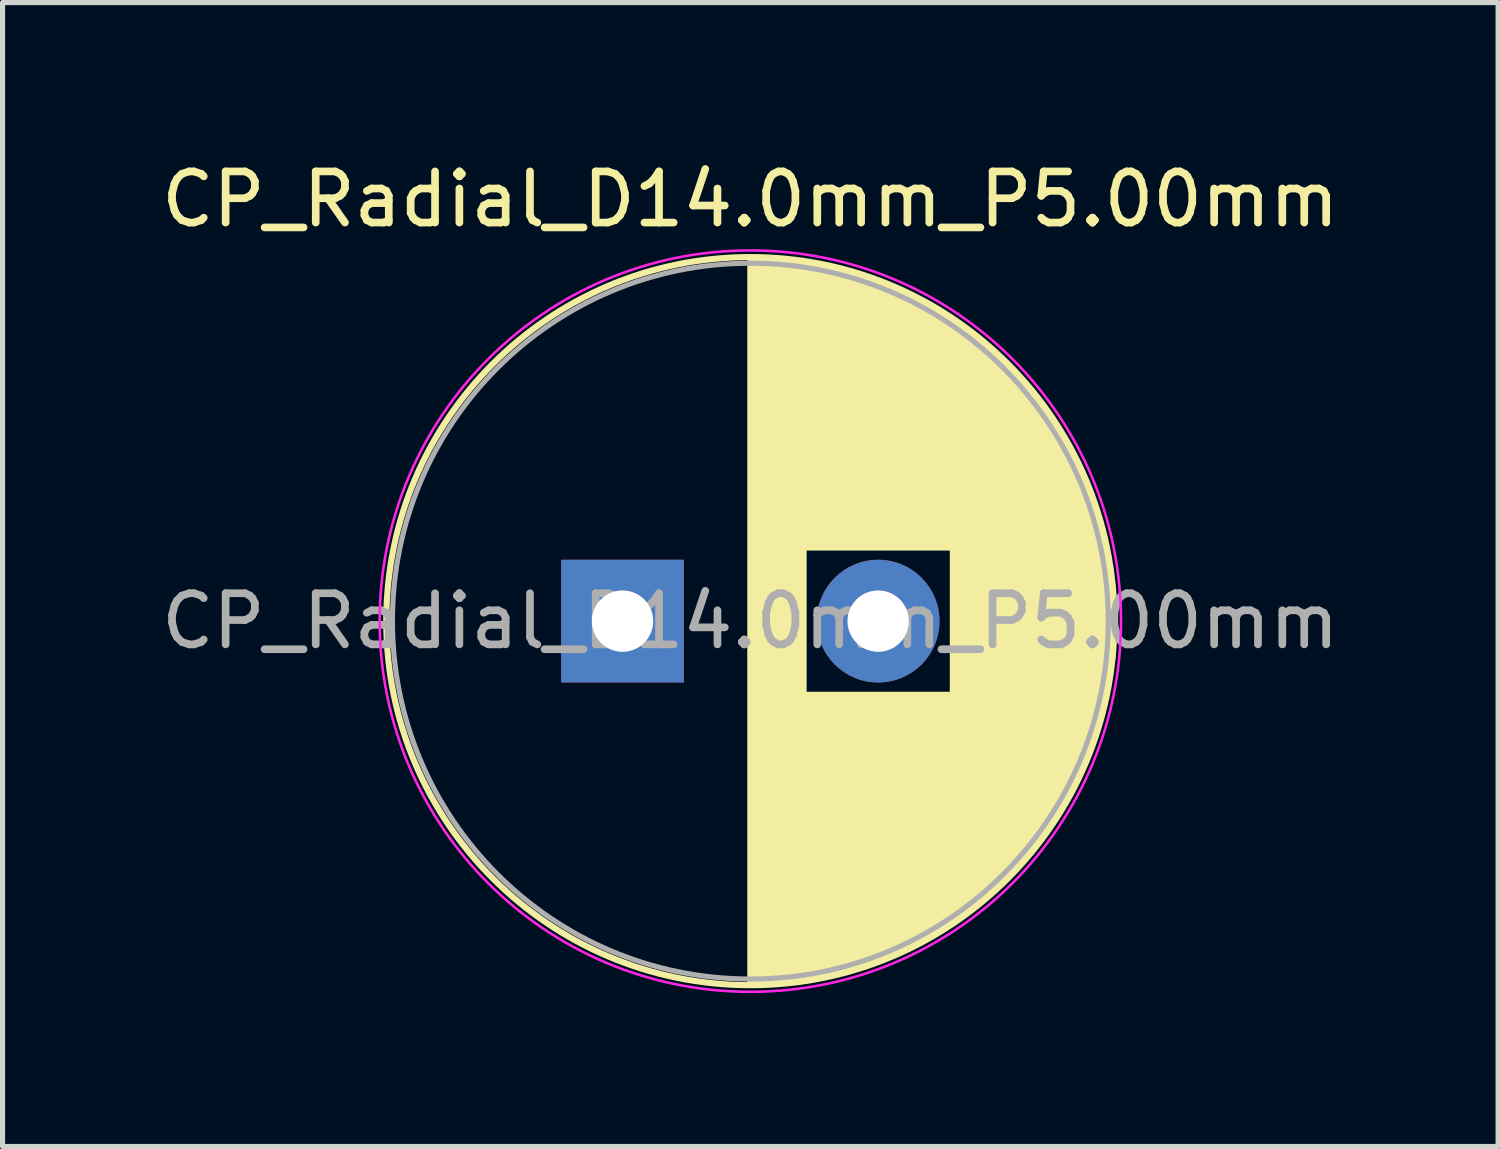
<source format=kicad_pcb>
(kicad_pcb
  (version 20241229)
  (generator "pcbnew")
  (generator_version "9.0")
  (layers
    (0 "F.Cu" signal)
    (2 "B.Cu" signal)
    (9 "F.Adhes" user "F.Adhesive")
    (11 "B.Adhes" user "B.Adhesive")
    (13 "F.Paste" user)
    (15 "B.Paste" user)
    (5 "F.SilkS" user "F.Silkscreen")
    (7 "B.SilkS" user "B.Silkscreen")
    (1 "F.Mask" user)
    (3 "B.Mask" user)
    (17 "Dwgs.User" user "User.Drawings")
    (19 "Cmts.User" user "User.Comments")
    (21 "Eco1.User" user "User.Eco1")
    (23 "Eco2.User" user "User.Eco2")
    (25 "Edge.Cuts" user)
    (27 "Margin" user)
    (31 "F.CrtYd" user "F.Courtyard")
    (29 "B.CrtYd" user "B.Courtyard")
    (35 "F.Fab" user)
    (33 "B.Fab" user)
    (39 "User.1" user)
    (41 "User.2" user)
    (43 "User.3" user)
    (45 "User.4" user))
  (footprint "CP_Radial_D14.0mm_P5.00mm"
    (layer "F.Cu")
    (at 9.125 9.098)
    (property "Reference" "CP_Radial_D14.0mm_P5.00mm" (at 2.5 -8.25 0) (layer "F.SilkS") (effects (font (size 1 1) (thickness 0.15))))
    (attr through_hole)
    (fp_line (start 2.5 -7.08) (end 2.5 7.08) (stroke (width 0.12) (type solid)) (layer "F.SilkS"))
    (fp_line (start 2.54 -7.08) (end 2.54 7.08) (stroke (width 0.12) (type solid)) (layer "F.SilkS"))
    (fp_line (start 2.58 -7.08) (end 2.58 7.08) (stroke (width 0.12) (type solid)) (layer "F.SilkS"))
    (fp_line (start 2.62 -7.079) (end 2.62 7.079) (stroke (width 0.12) (type solid)) (layer "F.SilkS"))
    (fp_line (start 2.66 -7.079) (end 2.66 7.079) (stroke (width 0.12) (type solid)) (layer "F.SilkS"))
    (fp_line (start 2.7 -7.078) (end 2.7 7.078) (stroke (width 0.12) (type solid)) (layer "F.SilkS"))
    (fp_line (start 2.74 -7.076) (end 2.74 7.076) (stroke (width 0.12) (type solid)) (layer "F.SilkS"))
    (fp_line (start 2.78 -7.075) (end 2.78 7.075) (stroke (width 0.12) (type solid)) (layer "F.SilkS"))
    (fp_line (start 2.82 -7.073) (end 2.82 7.073) (stroke (width 0.12) (type solid)) (layer "F.SilkS"))
    (fp_line (start 2.86 -7.071) (end 2.86 7.071) (stroke (width 0.12) (type solid)) (layer "F.SilkS"))
    (fp_line (start 2.9 -7.069) (end 2.9 7.069) (stroke (width 0.12) (type solid)) (layer "F.SilkS"))
    (fp_line (start 2.94 -7.067) (end 2.94 7.067) (stroke (width 0.12) (type solid)) (layer "F.SilkS"))
    (fp_line (start 2.98 -7.064) (end 2.98 7.064) (stroke (width 0.12) (type solid)) (layer "F.SilkS"))
    (fp_line (start 3.02 -7.061) (end 3.02 7.061) (stroke (width 0.12) (type solid)) (layer "F.SilkS"))
    (fp_line (start 3.06 -7.058) (end 3.06 7.058) (stroke (width 0.12) (type solid)) (layer "F.SilkS"))
    (fp_line (start 3.1 -7.055) (end 3.1 7.055) (stroke (width 0.12) (type solid)) (layer "F.SilkS"))
    (fp_line (start 3.14 -7.052) (end 3.14 7.052) (stroke (width 0.12) (type solid)) (layer "F.SilkS"))
    (fp_line (start 3.18 -7.048) (end 3.18 7.048) (stroke (width 0.12) (type solid)) (layer "F.SilkS"))
    (fp_line (start 3.221 -7.044) (end 3.221 7.044) (stroke (width 0.12) (type solid)) (layer "F.SilkS"))
    (fp_line (start 3.261 -7.04) (end 3.261 7.04) (stroke (width 0.12) (type solid)) (layer "F.SilkS"))
    (fp_line (start 3.301 -7.035) (end 3.301 7.035) (stroke (width 0.12) (type solid)) (layer "F.SilkS"))
    (fp_line (start 3.341 -7.031) (end 3.341 7.031) (stroke (width 0.12) (type solid)) (layer "F.SilkS"))
    (fp_line (start 3.381 -7.026) (end 3.381 7.026) (stroke (width 0.12) (type solid)) (layer "F.SilkS"))
    (fp_line (start 3.421 -7.021) (end 3.421 7.021) (stroke (width 0.12) (type solid)) (layer "F.SilkS"))
    (fp_line (start 3.461 -7.015) (end 3.461 7.015) (stroke (width 0.12) (type solid)) (layer "F.SilkS"))
    (fp_line (start 3.501 -7.01) (end 3.501 7.01) (stroke (width 0.12) (type solid)) (layer "F.SilkS"))
    (fp_line (start 3.541 -7.004) (end 3.541 7.004) (stroke (width 0.12) (type solid)) (layer "F.SilkS"))
    (fp_line (start 3.581 -6.998) (end 3.581 -1.44) (stroke (width 0.12) (type solid)) (layer "F.SilkS"))
    (fp_line (start 3.581 1.44) (end 3.581 6.998) (stroke (width 0.12) (type solid)) (layer "F.SilkS"))
    (fp_line (start 3.621 -6.992) (end 3.621 -1.44) (stroke (width 0.12) (type solid)) (layer "F.SilkS"))
    (fp_line (start 3.621 1.44) (end 3.621 6.992) (stroke (width 0.12) (type solid)) (layer "F.SilkS"))
    (fp_line (start 3.661 -6.985) (end 3.661 -1.44) (stroke (width 0.12) (type solid)) (layer "F.SilkS"))
    (fp_line (start 3.661 1.44) (end 3.661 6.985) (stroke (width 0.12) (type solid)) (layer "F.SilkS"))
    (fp_line (start 3.701 -6.979) (end 3.701 -1.44) (stroke (width 0.12) (type solid)) (layer "F.SilkS"))
    (fp_line (start 3.701 1.44) (end 3.701 6.979) (stroke (width 0.12) (type solid)) (layer "F.SilkS"))
    (fp_line (start 3.741 -6.972) (end 3.741 -1.44) (stroke (width 0.12) (type solid)) (layer "F.SilkS"))
    (fp_line (start 3.741 1.44) (end 3.741 6.972) (stroke (width 0.12) (type solid)) (layer "F.SilkS"))
    (fp_line (start 3.781 -6.964) (end 3.781 -1.44) (stroke (width 0.12) (type solid)) (layer "F.SilkS"))
    (fp_line (start 3.781 1.44) (end 3.781 6.964) (stroke (width 0.12) (type solid)) (layer "F.SilkS"))
    (fp_line (start 3.821 -6.957) (end 3.821 -1.44) (stroke (width 0.12) (type solid)) (layer "F.SilkS"))
    (fp_line (start 3.821 1.44) (end 3.821 6.957) (stroke (width 0.12) (type solid)) (layer "F.SilkS"))
    (fp_line (start 3.861 -6.949) (end 3.861 -1.44) (stroke (width 0.12) (type solid)) (layer "F.SilkS"))
    (fp_line (start 3.861 1.44) (end 3.861 6.949) (stroke (width 0.12) (type solid)) (layer "F.SilkS"))
    (fp_line (start 3.901 -6.942) (end 3.901 -1.44) (stroke (width 0.12) (type solid)) (layer "F.SilkS"))
    (fp_line (start 3.901 1.44) (end 3.901 6.942) (stroke (width 0.12) (type solid)) (layer "F.SilkS"))
    (fp_line (start 3.941 -6.933) (end 3.941 -1.44) (stroke (width 0.12) (type solid)) (layer "F.SilkS"))
    (fp_line (start 3.941 1.44) (end 3.941 6.933) (stroke (width 0.12) (type solid)) (layer "F.SilkS"))
    (fp_line (start 3.981 -6.925) (end 3.981 -1.44) (stroke (width 0.12) (type solid)) (layer "F.SilkS"))
    (fp_line (start 3.981 1.44) (end 3.981 6.925) (stroke (width 0.12) (type solid)) (layer "F.SilkS"))
    (fp_line (start 4.021 -6.916) (end 4.021 -1.44) (stroke (width 0.12) (type solid)) (layer "F.SilkS"))
    (fp_line (start 4.021 1.44) (end 4.021 6.916) (stroke (width 0.12) (type solid)) (layer "F.SilkS"))
    (fp_line (start 4.061 -6.907) (end 4.061 -1.44) (stroke (width 0.12) (type solid)) (layer "F.SilkS"))
    (fp_line (start 4.061 1.44) (end 4.061 6.907) (stroke (width 0.12) (type solid)) (layer "F.SilkS"))
    (fp_line (start 4.101 -6.898) (end 4.101 -1.44) (stroke (width 0.12) (type solid)) (layer "F.SilkS"))
    (fp_line (start 4.101 1.44) (end 4.101 6.898) (stroke (width 0.12) (type solid)) (layer "F.SilkS"))
    (fp_line (start 4.141 -6.889) (end 4.141 -1.44) (stroke (width 0.12) (type solid)) (layer "F.SilkS"))
    (fp_line (start 4.141 1.44) (end 4.141 6.889) (stroke (width 0.12) (type solid)) (layer "F.SilkS"))
    (fp_line (start 4.181 -6.879) (end 4.181 -1.44) (stroke (width 0.12) (type solid)) (layer "F.SilkS"))
    (fp_line (start 4.181 1.44) (end 4.181 6.879) (stroke (width 0.12) (type solid)) (layer "F.SilkS"))
    (fp_line (start 4.221 -6.87) (end 4.221 -1.44) (stroke (width 0.12) (type solid)) (layer "F.SilkS"))
    (fp_line (start 4.221 1.44) (end 4.221 6.87) (stroke (width 0.12) (type solid)) (layer "F.SilkS"))
    (fp_line (start 4.261 -6.86) (end 4.261 -1.44) (stroke (width 0.12) (type solid)) (layer "F.SilkS"))
    (fp_line (start 4.261 1.44) (end 4.261 6.86) (stroke (width 0.12) (type solid)) (layer "F.SilkS"))
    (fp_line (start 4.301 -6.849) (end 4.301 -1.44) (stroke (width 0.12) (type solid)) (layer "F.SilkS"))
    (fp_line (start 4.301 1.44) (end 4.301 6.849) (stroke (width 0.12) (type solid)) (layer "F.SilkS"))
    (fp_line (start 4.341 -6.839) (end 4.341 -1.44) (stroke (width 0.12) (type solid)) (layer "F.SilkS"))
    (fp_line (start 4.341 1.44) (end 4.341 6.839) (stroke (width 0.12) (type solid)) (layer "F.SilkS"))
    (fp_line (start 4.381 -6.828) (end 4.381 -1.44) (stroke (width 0.12) (type solid)) (layer "F.SilkS"))
    (fp_line (start 4.381 1.44) (end 4.381 6.828) (stroke (width 0.12) (type solid)) (layer "F.SilkS"))
    (fp_line (start 4.421 -6.817) (end 4.421 -1.44) (stroke (width 0.12) (type solid)) (layer "F.SilkS"))
    (fp_line (start 4.421 1.44) (end 4.421 6.817) (stroke (width 0.12) (type solid)) (layer "F.SilkS"))
    (fp_line (start 4.461 -6.805) (end 4.461 -1.44) (stroke (width 0.12) (type solid)) (layer "F.SilkS"))
    (fp_line (start 4.461 1.44) (end 4.461 6.805) (stroke (width 0.12) (type solid)) (layer "F.SilkS"))
    (fp_line (start 4.501 -6.794) (end 4.501 -1.44) (stroke (width 0.12) (type solid)) (layer "F.SilkS"))
    (fp_line (start 4.501 1.44) (end 4.501 6.794) (stroke (width 0.12) (type solid)) (layer "F.SilkS"))
    (fp_line (start 4.541 -6.782) (end 4.541 -1.44) (stroke (width 0.12) (type solid)) (layer "F.SilkS"))
    (fp_line (start 4.541 1.44) (end 4.541 6.782) (stroke (width 0.12) (type solid)) (layer "F.SilkS"))
    (fp_line (start 4.581 -6.77) (end 4.581 -1.44) (stroke (width 0.12) (type solid)) (layer "F.SilkS"))
    (fp_line (start 4.581 1.44) (end 4.581 6.77) (stroke (width 0.12) (type solid)) (layer "F.SilkS"))
    (fp_line (start 4.621 -6.758) (end 4.621 -1.44) (stroke (width 0.12) (type solid)) (layer "F.SilkS"))
    (fp_line (start 4.621 1.44) (end 4.621 6.758) (stroke (width 0.12) (type solid)) (layer "F.SilkS"))
    (fp_line (start 4.661 -6.745) (end 4.661 -1.44) (stroke (width 0.12) (type solid)) (layer "F.SilkS"))
    (fp_line (start 4.661 1.44) (end 4.661 6.745) (stroke (width 0.12) (type solid)) (layer "F.SilkS"))
    (fp_line (start 4.701 -6.732) (end 4.701 -1.44) (stroke (width 0.12) (type solid)) (layer "F.SilkS"))
    (fp_line (start 4.701 1.44) (end 4.701 6.732) (stroke (width 0.12) (type solid)) (layer "F.SilkS"))
    (fp_line (start 4.741 -6.719) (end 4.741 -1.44) (stroke (width 0.12) (type solid)) (layer "F.SilkS"))
    (fp_line (start 4.741 1.44) (end 4.741 6.719) (stroke (width 0.12) (type solid)) (layer "F.SilkS"))
    (fp_line (start 4.781 -6.706) (end 4.781 -1.44) (stroke (width 0.12) (type solid)) (layer "F.SilkS"))
    (fp_line (start 4.781 1.44) (end 4.781 6.706) (stroke (width 0.12) (type solid)) (layer "F.SilkS"))
    (fp_line (start 4.821 -6.692) (end 4.821 -1.44) (stroke (width 0.12) (type solid)) (layer "F.SilkS"))
    (fp_line (start 4.821 1.44) (end 4.821 6.692) (stroke (width 0.12) (type solid)) (layer "F.SilkS"))
    (fp_line (start 4.861 -6.678) (end 4.861 -1.44) (stroke (width 0.12) (type solid)) (layer "F.SilkS"))
    (fp_line (start 4.861 1.44) (end 4.861 6.678) (stroke (width 0.12) (type solid)) (layer "F.SilkS"))
    (fp_line (start 4.901 -6.664) (end 4.901 -1.44) (stroke (width 0.12) (type solid)) (layer "F.SilkS"))
    (fp_line (start 4.901 1.44) (end 4.901 6.664) (stroke (width 0.12) (type solid)) (layer "F.SilkS"))
    (fp_line (start 4.941 -6.649) (end 4.941 -1.44) (stroke (width 0.12) (type solid)) (layer "F.SilkS"))
    (fp_line (start 4.941 1.44) (end 4.941 6.649) (stroke (width 0.12) (type solid)) (layer "F.SilkS"))
    (fp_line (start 4.981 -6.635) (end 4.981 -1.44) (stroke (width 0.12) (type solid)) (layer "F.SilkS"))
    (fp_line (start 4.981 1.44) (end 4.981 6.635) (stroke (width 0.12) (type solid)) (layer "F.SilkS"))
    (fp_line (start 5.021 -6.62) (end 5.021 -1.44) (stroke (width 0.12) (type solid)) (layer "F.SilkS"))
    (fp_line (start 5.021 1.44) (end 5.021 6.62) (stroke (width 0.12) (type solid)) (layer "F.SilkS"))
    (fp_line (start 5.061 -6.604) (end 5.061 -1.44) (stroke (width 0.12) (type solid)) (layer "F.SilkS"))
    (fp_line (start 5.061 1.44) (end 5.061 6.604) (stroke (width 0.12) (type solid)) (layer "F.SilkS"))
    (fp_line (start 5.101 -6.589) (end 5.101 -1.44) (stroke (width 0.12) (type solid)) (layer "F.SilkS"))
    (fp_line (start 5.101 1.44) (end 5.101 6.589) (stroke (width 0.12) (type solid)) (layer "F.SilkS"))
    (fp_line (start 5.141 -6.573) (end 5.141 -1.44) (stroke (width 0.12) (type solid)) (layer "F.SilkS"))
    (fp_line (start 5.141 1.44) (end 5.141 6.573) (stroke (width 0.12) (type solid)) (layer "F.SilkS"))
    (fp_line (start 5.181 -6.557) (end 5.181 -1.44) (stroke (width 0.12) (type solid)) (layer "F.SilkS"))
    (fp_line (start 5.181 1.44) (end 5.181 6.557) (stroke (width 0.12) (type solid)) (layer "F.SilkS"))
    (fp_line (start 5.221 -6.54) (end 5.221 -1.44) (stroke (width 0.12) (type solid)) (layer "F.SilkS"))
    (fp_line (start 5.221 1.44) (end 5.221 6.54) (stroke (width 0.12) (type solid)) (layer "F.SilkS"))
    (fp_line (start 5.261 -6.524) (end 5.261 -1.44) (stroke (width 0.12) (type solid)) (layer "F.SilkS"))
    (fp_line (start 5.261 1.44) (end 5.261 6.524) (stroke (width 0.12) (type solid)) (layer "F.SilkS"))
    (fp_line (start 5.301 -6.507) (end 5.301 -1.44) (stroke (width 0.12) (type solid)) (layer "F.SilkS"))
    (fp_line (start 5.301 1.44) (end 5.301 6.507) (stroke (width 0.12) (type solid)) (layer "F.SilkS"))
    (fp_line (start 5.341 -6.49) (end 5.341 -1.44) (stroke (width 0.12) (type solid)) (layer "F.SilkS"))
    (fp_line (start 5.341 1.44) (end 5.341 6.49) (stroke (width 0.12) (type solid)) (layer "F.SilkS"))
    (fp_line (start 5.381 -6.472) (end 5.381 -1.44) (stroke (width 0.12) (type solid)) (layer "F.SilkS"))
    (fp_line (start 5.381 1.44) (end 5.381 6.472) (stroke (width 0.12) (type solid)) (layer "F.SilkS"))
    (fp_line (start 5.421 -6.454) (end 5.421 -1.44) (stroke (width 0.12) (type solid)) (layer "F.SilkS"))
    (fp_line (start 5.421 1.44) (end 5.421 6.454) (stroke (width 0.12) (type solid)) (layer "F.SilkS"))
    (fp_line (start 5.461 -6.436) (end 5.461 -1.44) (stroke (width 0.12) (type solid)) (layer "F.SilkS"))
    (fp_line (start 5.461 1.44) (end 5.461 6.436) (stroke (width 0.12) (type solid)) (layer "F.SilkS"))
    (fp_line (start 5.501 -6.418) (end 5.501 -1.44) (stroke (width 0.12) (type solid)) (layer "F.SilkS"))
    (fp_line (start 5.501 1.44) (end 5.501 6.418) (stroke (width 0.12) (type solid)) (layer "F.SilkS"))
    (fp_line (start 5.541 -6.399) (end 5.541 -1.44) (stroke (width 0.12) (type solid)) (layer "F.SilkS"))
    (fp_line (start 5.541 1.44) (end 5.541 6.399) (stroke (width 0.12) (type solid)) (layer "F.SilkS"))
    (fp_line (start 5.581 -6.38) (end 5.581 -1.44) (stroke (width 0.12) (type solid)) (layer "F.SilkS"))
    (fp_line (start 5.581 1.44) (end 5.581 6.38) (stroke (width 0.12) (type solid)) (layer "F.SilkS"))
    (fp_line (start 5.621 -6.36) (end 5.621 -1.44) (stroke (width 0.12) (type solid)) (layer "F.SilkS"))
    (fp_line (start 5.621 1.44) (end 5.621 6.36) (stroke (width 0.12) (type solid)) (layer "F.SilkS"))
    (fp_line (start 5.661 -6.341) (end 5.661 -1.44) (stroke (width 0.12) (type solid)) (layer "F.SilkS"))
    (fp_line (start 5.661 1.44) (end 5.661 6.341) (stroke (width 0.12) (type solid)) (layer "F.SilkS"))
    (fp_line (start 5.701 -6.321) (end 5.701 -1.44) (stroke (width 0.12) (type solid)) (layer "F.SilkS"))
    (fp_line (start 5.701 1.44) (end 5.701 6.321) (stroke (width 0.12) (type solid)) (layer "F.SilkS"))
    (fp_line (start 5.741 -6.301) (end 5.741 -1.44) (stroke (width 0.12) (type solid)) (layer "F.SilkS"))
    (fp_line (start 5.741 1.44) (end 5.741 6.301) (stroke (width 0.12) (type solid)) (layer "F.SilkS"))
    (fp_line (start 5.781 -6.28) (end 5.781 -1.44) (stroke (width 0.12) (type solid)) (layer "F.SilkS"))
    (fp_line (start 5.781 1.44) (end 5.781 6.28) (stroke (width 0.12) (type solid)) (layer "F.SilkS"))
    (fp_line (start 5.821 -6.259) (end 5.821 -1.44) (stroke (width 0.12) (type solid)) (layer "F.SilkS"))
    (fp_line (start 5.821 1.44) (end 5.821 6.259) (stroke (width 0.12) (type solid)) (layer "F.SilkS"))
    (fp_line (start 5.861 -6.238) (end 5.861 -1.44) (stroke (width 0.12) (type solid)) (layer "F.SilkS"))
    (fp_line (start 5.861 1.44) (end 5.861 6.238) (stroke (width 0.12) (type solid)) (layer "F.SilkS"))
    (fp_line (start 5.901 -6.216) (end 5.901 -1.44) (stroke (width 0.12) (type solid)) (layer "F.SilkS"))
    (fp_line (start 5.901 1.44) (end 5.901 6.216) (stroke (width 0.12) (type solid)) (layer "F.SilkS"))
    (fp_line (start 5.941 -6.194) (end 5.941 -1.44) (stroke (width 0.12) (type solid)) (layer "F.SilkS"))
    (fp_line (start 5.941 1.44) (end 5.941 6.194) (stroke (width 0.12) (type solid)) (layer "F.SilkS"))
    (fp_line (start 5.981 -6.172) (end 5.981 -1.44) (stroke (width 0.12) (type solid)) (layer "F.SilkS"))
    (fp_line (start 5.981 1.44) (end 5.981 6.172) (stroke (width 0.12) (type solid)) (layer "F.SilkS"))
    (fp_line (start 6.021 -6.15) (end 6.021 -1.44) (stroke (width 0.12) (type solid)) (layer "F.SilkS"))
    (fp_line (start 6.021 1.44) (end 6.021 6.15) (stroke (width 0.12) (type solid)) (layer "F.SilkS"))
    (fp_line (start 6.061 -6.127) (end 6.061 -1.44) (stroke (width 0.12) (type solid)) (layer "F.SilkS"))
    (fp_line (start 6.061 1.44) (end 6.061 6.127) (stroke (width 0.12) (type solid)) (layer "F.SilkS"))
    (fp_line (start 6.101 -6.103) (end 6.101 -1.44) (stroke (width 0.12) (type solid)) (layer "F.SilkS"))
    (fp_line (start 6.101 1.44) (end 6.101 6.103) (stroke (width 0.12) (type solid)) (layer "F.SilkS"))
    (fp_line (start 6.141 -6.08) (end 6.141 -1.44) (stroke (width 0.12) (type solid)) (layer "F.SilkS"))
    (fp_line (start 6.141 1.44) (end 6.141 6.08) (stroke (width 0.12) (type solid)) (layer "F.SilkS"))
    (fp_line (start 6.181 -6.056) (end 6.181 -1.44) (stroke (width 0.12) (type solid)) (layer "F.SilkS"))
    (fp_line (start 6.181 1.44) (end 6.181 6.056) (stroke (width 0.12) (type solid)) (layer "F.SilkS"))
    (fp_line (start 6.221 -6.031) (end 6.221 -1.44) (stroke (width 0.12) (type solid)) (layer "F.SilkS"))
    (fp_line (start 6.221 1.44) (end 6.221 6.031) (stroke (width 0.12) (type solid)) (layer "F.SilkS"))
    (fp_line (start 6.261 -6.007) (end 6.261 -1.44) (stroke (width 0.12) (type solid)) (layer "F.SilkS"))
    (fp_line (start 6.261 1.44) (end 6.261 6.007) (stroke (width 0.12) (type solid)) (layer "F.SilkS"))
    (fp_line (start 6.301 -5.982) (end 6.301 -1.44) (stroke (width 0.12) (type solid)) (layer "F.SilkS"))
    (fp_line (start 6.301 1.44) (end 6.301 5.982) (stroke (width 0.12) (type solid)) (layer "F.SilkS"))
    (fp_line (start 6.341 -5.956) (end 6.341 -1.44) (stroke (width 0.12) (type solid)) (layer "F.SilkS"))
    (fp_line (start 6.341 1.44) (end 6.341 5.956) (stroke (width 0.12) (type solid)) (layer "F.SilkS"))
    (fp_line (start 6.381 -5.93) (end 6.381 -1.44) (stroke (width 0.12) (type solid)) (layer "F.SilkS"))
    (fp_line (start 6.381 1.44) (end 6.381 5.93) (stroke (width 0.12) (type solid)) (layer "F.SilkS"))
    (fp_line (start 6.421 -5.904) (end 6.421 -1.44) (stroke (width 0.12) (type solid)) (layer "F.SilkS"))
    (fp_line (start 6.421 1.44) (end 6.421 5.904) (stroke (width 0.12) (type solid)) (layer "F.SilkS"))
    (fp_line (start 6.461 -5.878) (end 6.461 5.878) (stroke (width 0.12) (type solid)) (layer "F.SilkS"))
    (fp_line (start 6.501 -5.851) (end 6.501 5.851) (stroke (width 0.12) (type solid)) (layer "F.SilkS"))
    (fp_line (start 6.541 -5.823) (end 6.541 5.823) (stroke (width 0.12) (type solid)) (layer "F.SilkS"))
    (fp_line (start 6.581 -5.796) (end 6.581 5.796) (stroke (width 0.12) (type solid)) (layer "F.SilkS"))
    (fp_line (start 6.621 -5.767) (end 6.621 5.767) (stroke (width 0.12) (type solid)) (layer "F.SilkS"))
    (fp_line (start 6.661 -5.739) (end 6.661 5.739) (stroke (width 0.12) (type solid)) (layer "F.SilkS"))
    (fp_line (start 6.701 -5.71) (end 6.701 5.71) (stroke (width 0.12) (type solid)) (layer "F.SilkS"))
    (fp_line (start 6.741 -5.68) (end 6.741 5.68) (stroke (width 0.12) (type solid)) (layer "F.SilkS"))
    (fp_line (start 6.781 -5.65) (end 6.781 5.65) (stroke (width 0.12) (type solid)) (layer "F.SilkS"))
    (fp_line (start 6.821 -5.62) (end 6.821 5.62) (stroke (width 0.12) (type solid)) (layer "F.SilkS"))
    (fp_line (start 6.861 -5.589) (end 6.861 5.589) (stroke (width 0.12) (type solid)) (layer "F.SilkS"))
    (fp_line (start 6.901 -5.558) (end 6.901 5.558) (stroke (width 0.12) (type solid)) (layer "F.SilkS"))
    (fp_line (start 6.941 -5.527) (end 6.941 5.527) (stroke (width 0.12) (type solid)) (layer "F.SilkS"))
    (fp_line (start 6.981 -5.494) (end 6.981 5.494) (stroke (width 0.12) (type solid)) (layer "F.SilkS"))
    (fp_line (start 7.021 -5.462) (end 7.021 5.462) (stroke (width 0.12) (type solid)) (layer "F.SilkS"))
    (fp_line (start 7.061 -5.429) (end 7.061 5.429) (stroke (width 0.12) (type solid)) (layer "F.SilkS"))
    (fp_line (start 7.101 -5.395) (end 7.101 5.395) (stroke (width 0.12) (type solid)) (layer "F.SilkS"))
    (fp_line (start 7.141 -5.361) (end 7.141 5.361) (stroke (width 0.12) (type solid)) (layer "F.SilkS"))
    (fp_line (start 7.181 -5.326) (end 7.181 5.326) (stroke (width 0.12) (type solid)) (layer "F.SilkS"))
    (fp_line (start 7.221 -5.291) (end 7.221 5.291) (stroke (width 0.12) (type solid)) (layer "F.SilkS"))
    (fp_line (start 7.261 -5.255) (end 7.261 5.255) (stroke (width 0.12) (type solid)) (layer "F.SilkS"))
    (fp_line (start 7.301 -5.219) (end 7.301 5.219) (stroke (width 0.12) (type solid)) (layer "F.SilkS"))
    (fp_line (start 7.341 -5.182) (end 7.341 5.182) (stroke (width 0.12) (type solid)) (layer "F.SilkS"))
    (fp_line (start 7.381 -5.145) (end 7.381 5.145) (stroke (width 0.12) (type solid)) (layer "F.SilkS"))
    (fp_line (start 7.421 -5.107) (end 7.421 5.107) (stroke (width 0.12) (type solid)) (layer "F.SilkS"))
    (fp_line (start 7.461 -5.069) (end 7.461 5.069) (stroke (width 0.12) (type solid)) (layer "F.SilkS"))
    (fp_line (start 7.501 -5.029) (end 7.501 5.029) (stroke (width 0.12) (type solid)) (layer "F.SilkS"))
    (fp_line (start 7.541 -4.99) (end 7.541 4.99) (stroke (width 0.12) (type solid)) (layer "F.SilkS"))
    (fp_line (start 7.581 -4.949) (end 7.581 4.949) (stroke (width 0.12) (type solid)) (layer "F.SilkS"))
    (fp_line (start 7.621 -4.908) (end 7.621 4.908) (stroke (width 0.12) (type solid)) (layer "F.SilkS"))
    (fp_line (start 7.661 -4.866) (end 7.661 4.866) (stroke (width 0.12) (type solid)) (layer "F.SilkS"))
    (fp_line (start 7.701 -4.824) (end 7.701 4.824) (stroke (width 0.12) (type solid)) (layer "F.SilkS"))
    (fp_line (start 7.741 -4.781) (end 7.741 4.781) (stroke (width 0.12) (type solid)) (layer "F.SilkS"))
    (fp_line (start 7.781 -4.737) (end 7.781 4.737) (stroke (width 0.12) (type solid)) (layer "F.SilkS"))
    (fp_line (start 7.821 -4.693) (end 7.821 4.693) (stroke (width 0.12) (type solid)) (layer "F.SilkS"))
    (fp_line (start 7.861 -4.647) (end 7.861 4.647) (stroke (width 0.12) (type solid)) (layer "F.SilkS"))
    (fp_line (start 7.901 -4.601) (end 7.901 4.601) (stroke (width 0.12) (type solid)) (layer "F.SilkS"))
    (fp_line (start 7.941 -4.554) (end 7.941 4.554) (stroke (width 0.12) (type solid)) (layer "F.SilkS"))
    (fp_line (start 7.981 -4.506) (end 7.981 4.506) (stroke (width 0.12) (type solid)) (layer "F.SilkS"))
    (fp_line (start 8.021 -4.458) (end 8.021 4.458) (stroke (width 0.12) (type solid)) (layer "F.SilkS"))
    (fp_line (start 8.061 -4.408) (end 8.061 4.408) (stroke (width 0.12) (type solid)) (layer "F.SilkS"))
    (fp_line (start 8.101 -4.358) (end 8.101 4.358) (stroke (width 0.12) (type solid)) (layer "F.SilkS"))
    (fp_line (start 8.141 -4.306) (end 8.141 4.306) (stroke (width 0.12) (type solid)) (layer "F.SilkS"))
    (fp_line (start 8.181 -4.254) (end 8.181 4.254) (stroke (width 0.12) (type solid)) (layer "F.SilkS"))
    (fp_line (start 8.221 -4.2) (end 8.221 4.2) (stroke (width 0.12) (type solid)) (layer "F.SilkS"))
    (fp_line (start 8.261 -4.146) (end 8.261 4.146) (stroke (width 0.12) (type solid)) (layer "F.SilkS"))
    (fp_line (start 8.301 -4.09) (end 8.301 4.09) (stroke (width 0.12) (type solid)) (layer "F.SilkS"))
    (fp_line (start 8.341 -4.033) (end 8.341 4.033) (stroke (width 0.12) (type solid)) (layer "F.SilkS"))
    (fp_line (start 8.381 -3.975) (end 8.381 3.975) (stroke (width 0.12) (type solid)) (layer "F.SilkS"))
    (fp_line (start 8.421 -3.916) (end 8.421 3.916) (stroke (width 0.12) (type solid)) (layer "F.SilkS"))
    (fp_line (start 8.461 -3.856) (end 8.461 3.856) (stroke (width 0.12) (type solid)) (layer "F.SilkS"))
    (fp_line (start 8.501 -3.794) (end 8.501 3.794) (stroke (width 0.12) (type solid)) (layer "F.SilkS"))
    (fp_line (start 8.541 -3.73) (end 8.541 3.73) (stroke (width 0.12) (type solid)) (layer "F.SilkS"))
    (fp_line (start 8.581 -3.666) (end 8.581 3.666) (stroke (width 0.12) (type solid)) (layer "F.SilkS"))
    (fp_line (start 8.621 -3.599) (end 8.621 3.599) (stroke (width 0.12) (type solid)) (layer "F.SilkS"))
    (fp_line (start 8.661 -3.531) (end 8.661 3.531) (stroke (width 0.12) (type solid)) (layer "F.SilkS"))
    (fp_line (start 8.701 -3.461) (end 8.701 3.461) (stroke (width 0.12) (type solid)) (layer "F.SilkS"))
    (fp_line (start 8.741 -3.389) (end 8.741 3.389) (stroke (width 0.12) (type solid)) (layer "F.SilkS"))
    (fp_line (start 8.781 -3.315) (end 8.781 3.315) (stroke (width 0.12) (type solid)) (layer "F.SilkS"))
    (fp_line (start 8.821 -3.24) (end 8.821 3.24) (stroke (width 0.12) (type solid)) (layer "F.SilkS"))
    (fp_line (start 8.861 -3.161) (end 8.861 3.161) (stroke (width 0.12) (type solid)) (layer "F.SilkS"))
    (fp_line (start 8.901 -3.08) (end 8.901 3.08) (stroke (width 0.12) (type solid)) (layer "F.SilkS"))
    (fp_line (start 8.941 -2.997) (end 8.941 2.997) (stroke (width 0.12) (type solid)) (layer "F.SilkS"))
    (fp_line (start 8.981 -2.911) (end 8.981 2.911) (stroke (width 0.12) (type solid)) (layer "F.SilkS"))
    (fp_line (start 9.021 -2.821) (end 9.021 2.821) (stroke (width 0.12) (type solid)) (layer "F.SilkS"))
    (fp_line (start 9.061 -2.728) (end 9.061 2.728) (stroke (width 0.12) (type solid)) (layer "F.SilkS"))
    (fp_line (start 9.101 -2.632) (end 9.101 2.632) (stroke (width 0.12) (type solid)) (layer "F.SilkS"))
    (fp_line (start 9.141 -2.53) (end 9.141 2.53) (stroke (width 0.12) (type solid)) (layer "F.SilkS"))
    (fp_line (start 9.181 -2.425) (end 9.181 2.425) (stroke (width 0.12) (type solid)) (layer "F.SilkS"))
    (fp_line (start 9.221 -2.313) (end 9.221 2.313) (stroke (width 0.12) (type solid)) (layer "F.SilkS"))
    (fp_line (start 9.261 -2.196) (end 9.261 2.196) (stroke (width 0.12) (type solid)) (layer "F.SilkS"))
    (fp_line (start 9.301 -2.071) (end 9.301 2.071) (stroke (width 0.12) (type solid)) (layer "F.SilkS"))
    (fp_line (start 9.341 -1.938) (end 9.341 1.938) (stroke (width 0.12) (type solid)) (layer "F.SilkS"))
    (fp_line (start 9.381 -1.794) (end 9.381 1.794) (stroke (width 0.12) (type solid)) (layer "F.SilkS"))
    (fp_line (start 9.421 -1.636) (end 9.421 1.636) (stroke (width 0.12) (type solid)) (layer "F.SilkS"))
    (fp_line (start 9.461 -1.461) (end 9.461 1.461) (stroke (width 0.12) (type solid)) (layer "F.SilkS"))
    (fp_line (start 9.501 -1.262) (end 9.501 1.262) (stroke (width 0.12) (type solid)) (layer "F.SilkS"))
    (fp_line (start 9.541 -1.025) (end 9.541 1.025) (stroke (width 0.12) (type solid)) (layer "F.SilkS"))
    (fp_line (start 9.581 -0.714) (end 9.581 0.714) (stroke (width 0.12) (type solid)) (layer "F.SilkS"))
    (fp_circle (center 2.5 0) (end 9.62 0) (stroke (width 0.12) (type solid)) (fill no) (layer "F.SilkS"))
    (fp_circle (center 2.5 0) (end 9.75 0) (stroke (width 0.05) (type solid)) (fill no) (layer "F.CrtYd"))
    (fp_circle (center 2.5 0) (end 9.5 0) (stroke (width 0.1) (type solid)) (fill no) (layer "F.Fab"))
    (fp_text user "${REFERENCE}" (at 2.5 0 0) (layer "F.Fab") (effects (font (size 1 1) (thickness 0.15))))
    (pad "1" thru_hole rect (at 0 0) (size 2.4 2.4) (drill 1.2) (layers "*.Cu" "*.Mask"))
    (pad "2" thru_hole circle (at 5 0) (size 2.4 2.4) (drill 1.2) (layers "*.Cu" "*.Mask")))
  (gr_rect
    (start -3 -3)
    (end 26.25 19.373)
    (stroke (width 0.1) (type default))
    (fill no)
    (layer "Edge.Cuts")))
</source>
